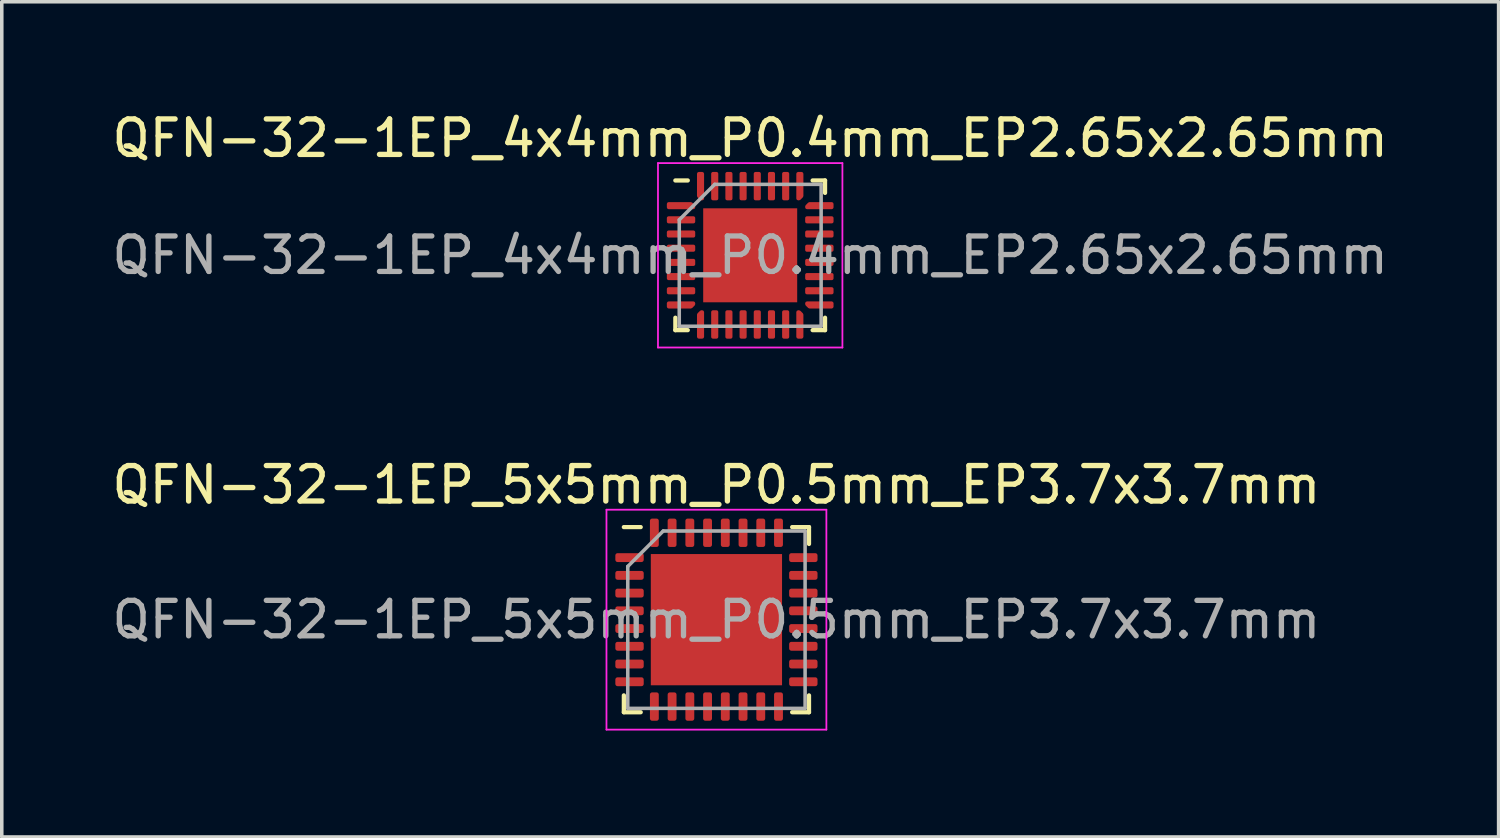
<source format=kicad_pcb>
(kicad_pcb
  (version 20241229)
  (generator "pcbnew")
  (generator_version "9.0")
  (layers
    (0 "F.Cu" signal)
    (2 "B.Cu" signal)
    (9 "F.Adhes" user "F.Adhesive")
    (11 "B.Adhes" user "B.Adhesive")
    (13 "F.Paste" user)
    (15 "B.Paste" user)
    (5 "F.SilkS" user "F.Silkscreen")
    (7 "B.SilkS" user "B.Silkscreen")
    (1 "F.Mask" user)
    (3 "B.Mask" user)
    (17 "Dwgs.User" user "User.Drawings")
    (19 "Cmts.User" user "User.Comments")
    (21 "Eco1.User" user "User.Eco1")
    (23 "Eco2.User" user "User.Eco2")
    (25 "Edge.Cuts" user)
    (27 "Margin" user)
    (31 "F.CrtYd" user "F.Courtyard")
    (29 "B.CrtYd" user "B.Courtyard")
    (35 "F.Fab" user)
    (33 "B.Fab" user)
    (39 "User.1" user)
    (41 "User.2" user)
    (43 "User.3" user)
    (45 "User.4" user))
  (footprint "QFN-32-1EP_4x4mm_P0.4mm_EP2.65x2.65mm"
    (layer "F.Cu")
    (at 18.101 4.148)
    (property "Reference" "QFN-32-1EP_4x4mm_P0.4mm_EP2.65x2.65mm" (at 0 -3.3 0) (layer "F.SilkS") (effects (font (size 1 1) (thickness 0.15))))
    (attr smd)
    (fp_line (start -2.11 2.11) (end -2.11 1.76) (stroke (width 0.12) (type solid)) (layer "F.SilkS"))
    (fp_line (start -1.76 -2.11) (end -2.11 -2.11) (stroke (width 0.12) (type solid)) (layer "F.SilkS"))
    (fp_line (start -1.76 2.11) (end -2.11 2.11) (stroke (width 0.12) (type solid)) (layer "F.SilkS"))
    (fp_line (start 1.76 -2.11) (end 2.11 -2.11) (stroke (width 0.12) (type solid)) (layer "F.SilkS"))
    (fp_line (start 1.76 2.11) (end 2.11 2.11) (stroke (width 0.12) (type solid)) (layer "F.SilkS"))
    (fp_line (start 2.11 -2.11) (end 2.11 -1.76) (stroke (width 0.12) (type solid)) (layer "F.SilkS"))
    (fp_line (start 2.11 2.11) (end 2.11 1.76) (stroke (width 0.12) (type solid)) (layer "F.SilkS"))
    (fp_line (start -2.6 -2.6) (end -2.6 2.6) (stroke (width 0.05) (type solid)) (layer "F.CrtYd"))
    (fp_line (start -2.6 2.6) (end 2.6 2.6) (stroke (width 0.05) (type solid)) (layer "F.CrtYd"))
    (fp_line (start 2.6 -2.6) (end -2.6 -2.6) (stroke (width 0.05) (type solid)) (layer "F.CrtYd"))
    (fp_line (start 2.6 2.6) (end 2.6 -2.6) (stroke (width 0.05) (type solid)) (layer "F.CrtYd"))
    (fp_line (start -2 -1) (end -1 -2) (stroke (width 0.1) (type solid)) (layer "F.Fab"))
    (fp_line (start -2 2) (end -2 -1) (stroke (width 0.1) (type solid)) (layer "F.Fab"))
    (fp_line (start -1 -2) (end 2 -2) (stroke (width 0.1) (type solid)) (layer "F.Fab"))
    (fp_line (start 2 -2) (end 2 2) (stroke (width 0.1) (type solid)) (layer "F.Fab"))
    (fp_line (start 2 2) (end -2 2) (stroke (width 0.1) (type solid)) (layer "F.Fab"))
    (fp_text user "${REFERENCE}" (at 0 0 0) (layer "F.Fab") (effects (font (size 1 1) (thickness 0.15))))
    (pad "" smd roundrect (at -0.66 -0.66) (size 1.07 1.07) (layers "F.Paste") (roundrect_rratio 0.234))
    (pad "" smd roundrect (at -0.66 0.66) (size 1.07 1.07) (layers "F.Paste") (roundrect_rratio 0.234))
    (pad "" smd roundrect (at 0.66 -0.66) (size 1.07 1.07) (layers "F.Paste") (roundrect_rratio 0.234))
    (pad "" smd roundrect (at 0.66 0.66) (size 1.07 1.07) (layers "F.Paste") (roundrect_rratio 0.234))
    (pad "1" smd custom (at -1.95 -1.4) (size 0.129 0.129) (layers "F.Cu" "F.Mask" "F.Paste") (options (anchor circle)) (primitives (gr_poly (pts (xy 0.35 0.021) (xy 0.35 0.05) (xy -0.35 0.05) (xy -0.35 -0.05) (xy 0.279 -0.05)) (width 0.1) (fill yes))))
    (pad "2" smd roundrect (at -1.95 -1) (size 0.8 0.2) (layers "F.Cu" "F.Mask" "F.Paste") (roundrect_rratio 0.25))
    (pad "3" smd roundrect (at -1.95 -0.6) (size 0.8 0.2) (layers "F.Cu" "F.Mask" "F.Paste") (roundrect_rratio 0.25))
    (pad "4" smd roundrect (at -1.95 -0.2) (size 0.8 0.2) (layers "F.Cu" "F.Mask" "F.Paste") (roundrect_rratio 0.25))
    (pad "5" smd roundrect (at -1.95 0.2) (size 0.8 0.2) (layers "F.Cu" "F.Mask" "F.Paste") (roundrect_rratio 0.25))
    (pad "6" smd roundrect (at -1.95 0.6) (size 0.8 0.2) (layers "F.Cu" "F.Mask" "F.Paste") (roundrect_rratio 0.25))
    (pad "7" smd roundrect (at -1.95 1) (size 0.8 0.2) (layers "F.Cu" "F.Mask" "F.Paste") (roundrect_rratio 0.25))
    (pad "8" smd custom (at -1.95 1.4) (size 0.129 0.129) (layers "F.Cu" "F.Mask" "F.Paste") (options (anchor circle)) (primitives (gr_poly (pts (xy 0.35 -0.021) (xy 0.279 0.05) (xy -0.35 0.05) (xy -0.35 -0.05) (xy 0.35 -0.05)) (width 0.1) (fill yes))))
    (pad "9" smd custom (at -1.4 1.95) (size 0.129 0.129) (layers "F.Cu" "F.Mask" "F.Paste") (options (anchor circle)) (primitives (gr_poly (pts (xy 0.05 0.35) (xy -0.05 0.35) (xy -0.05 -0.279) (xy 0.021 -0.35) (xy 0.05 -0.35)) (width 0.1) (fill yes))))
    (pad "10" smd roundrect (at -1 1.95) (size 0.2 0.8) (layers "F.Cu" "F.Mask" "F.Paste") (roundrect_rratio 0.25))
    (pad "11" smd roundrect (at -0.6 1.95) (size 0.2 0.8) (layers "F.Cu" "F.Mask" "F.Paste") (roundrect_rratio 0.25))
    (pad "12" smd roundrect (at -0.2 1.95) (size 0.2 0.8) (layers "F.Cu" "F.Mask" "F.Paste") (roundrect_rratio 0.25))
    (pad "13" smd roundrect (at 0.2 1.95) (size 0.2 0.8) (layers "F.Cu" "F.Mask" "F.Paste") (roundrect_rratio 0.25))
    (pad "14" smd roundrect (at 0.6 1.95) (size 0.2 0.8) (layers "F.Cu" "F.Mask" "F.Paste") (roundrect_rratio 0.25))
    (pad "15" smd roundrect (at 1 1.95) (size 0.2 0.8) (layers "F.Cu" "F.Mask" "F.Paste") (roundrect_rratio 0.25))
    (pad "16" smd custom (at 1.4 1.95) (size 0.129 0.129) (layers "F.Cu" "F.Mask" "F.Paste") (options (anchor circle)) (primitives (gr_poly (pts (xy 0.05 -0.279) (xy 0.05 0.35) (xy -0.05 0.35) (xy -0.05 -0.35) (xy -0.021 -0.35)) (width 0.1) (fill yes))))
    (pad "17" smd custom (at 1.95 1.4) (size 0.129 0.129) (layers "F.Cu" "F.Mask" "F.Paste") (options (anchor circle)) (primitives (gr_poly (pts (xy 0.35 0.05) (xy -0.279 0.05) (xy -0.35 -0.021) (xy -0.35 -0.05) (xy 0.35 -0.05)) (width 0.1) (fill yes))))
    (pad "18" smd roundrect (at 1.95 1) (size 0.8 0.2) (layers "F.Cu" "F.Mask" "F.Paste") (roundrect_rratio 0.25))
    (pad "19" smd roundrect (at 1.95 0.6) (size 0.8 0.2) (layers "F.Cu" "F.Mask" "F.Paste") (roundrect_rratio 0.25))
    (pad "20" smd roundrect (at 1.95 0.2) (size 0.8 0.2) (layers "F.Cu" "F.Mask" "F.Paste") (roundrect_rratio 0.25))
    (pad "21" smd roundrect (at 1.95 -0.2) (size 0.8 0.2) (layers "F.Cu" "F.Mask" "F.Paste") (roundrect_rratio 0.25))
    (pad "22" smd roundrect (at 1.95 -0.6) (size 0.8 0.2) (layers "F.Cu" "F.Mask" "F.Paste") (roundrect_rratio 0.25))
    (pad "23" smd roundrect (at 1.95 -1) (size 0.8 0.2) (layers "F.Cu" "F.Mask" "F.Paste") (roundrect_rratio 0.25))
    (pad "24" smd custom (at 1.95 -1.4) (size 0.129 0.129) (layers "F.Cu" "F.Mask" "F.Paste") (options (anchor circle)) (primitives (gr_poly (pts (xy 0.35 0.05) (xy -0.35 0.05) (xy -0.35 0.021) (xy -0.279 -0.05) (xy 0.35 -0.05)) (width 0.1) (fill yes))))
    (pad "25" smd custom (at 1.4 -1.95) (size 0.129 0.129) (layers "F.Cu" "F.Mask" "F.Paste") (options (anchor circle)) (primitives (gr_poly (pts (xy 0.05 0.279) (xy -0.021 0.35) (xy -0.05 0.35) (xy -0.05 -0.35) (xy 0.05 -0.35)) (width 0.1) (fill yes))))
    (pad "26" smd roundrect (at 1 -1.95) (size 0.2 0.8) (layers "F.Cu" "F.Mask" "F.Paste") (roundrect_rratio 0.25))
    (pad "27" smd roundrect (at 0.6 -1.95) (size 0.2 0.8) (layers "F.Cu" "F.Mask" "F.Paste") (roundrect_rratio 0.25))
    (pad "28" smd roundrect (at 0.2 -1.95) (size 0.2 0.8) (layers "F.Cu" "F.Mask" "F.Paste") (roundrect_rratio 0.25))
    (pad "29" smd roundrect (at -0.2 -1.95) (size 0.2 0.8) (layers "F.Cu" "F.Mask" "F.Paste") (roundrect_rratio 0.25))
    (pad "30" smd roundrect (at -0.6 -1.95) (size 0.2 0.8) (layers "F.Cu" "F.Mask" "F.Paste") (roundrect_rratio 0.25))
    (pad "31" smd roundrect (at -1 -1.95) (size 0.2 0.8) (layers "F.Cu" "F.Mask" "F.Paste") (roundrect_rratio 0.25))
    (pad "32" smd custom (at -1.4 -1.95) (size 0.129 0.129) (layers "F.Cu" "F.Mask" "F.Paste") (options (anchor circle)) (primitives (gr_poly (pts (xy 0.05 0.35) (xy 0.021 0.35) (xy -0.05 0.279) (xy -0.05 -0.35) (xy 0.05 -0.35)) (width 0.1) (fill yes))))
    (pad "33" smd rect (at 0 0) (size 2.65 2.65) (layers "F.Cu" "F.Mask")))
  (footprint "QFN-32-1EP_5x5mm_P0.5mm_EP3.7x3.7mm"
    (layer "F.Cu")
    (at 17.149 14.421)
    (property "Reference" "QFN-32-1EP_5x5mm_P0.5mm_EP3.7x3.7mm" (at 0 -3.8 0) (layer "F.SilkS") (effects (font (size 1 1) (thickness 0.15))))
    (attr smd)
    (fp_line (start -2.61 2.61) (end -2.61 2.135) (stroke (width 0.12) (type solid)) (layer "F.SilkS"))
    (fp_line (start -2.135 -2.61) (end -2.61 -2.61) (stroke (width 0.12) (type solid)) (layer "F.SilkS"))
    (fp_line (start -2.135 2.61) (end -2.61 2.61) (stroke (width 0.12) (type solid)) (layer "F.SilkS"))
    (fp_line (start 2.135 -2.61) (end 2.61 -2.61) (stroke (width 0.12) (type solid)) (layer "F.SilkS"))
    (fp_line (start 2.135 2.61) (end 2.61 2.61) (stroke (width 0.12) (type solid)) (layer "F.SilkS"))
    (fp_line (start 2.61 -2.61) (end 2.61 -2.135) (stroke (width 0.12) (type solid)) (layer "F.SilkS"))
    (fp_line (start 2.61 2.61) (end 2.61 2.135) (stroke (width 0.12) (type solid)) (layer "F.SilkS"))
    (fp_line (start -3.1 -3.1) (end -3.1 3.1) (stroke (width 0.05) (type solid)) (layer "F.CrtYd"))
    (fp_line (start -3.1 3.1) (end 3.1 3.1) (stroke (width 0.05) (type solid)) (layer "F.CrtYd"))
    (fp_line (start 3.1 -3.1) (end -3.1 -3.1) (stroke (width 0.05) (type solid)) (layer "F.CrtYd"))
    (fp_line (start 3.1 3.1) (end 3.1 -3.1) (stroke (width 0.05) (type solid)) (layer "F.CrtYd"))
    (fp_line (start -2.5 -1.5) (end -1.5 -2.5) (stroke (width 0.1) (type solid)) (layer "F.Fab"))
    (fp_line (start -2.5 2.5) (end -2.5 -1.5) (stroke (width 0.1) (type solid)) (layer "F.Fab"))
    (fp_line (start -1.5 -2.5) (end 2.5 -2.5) (stroke (width 0.1) (type solid)) (layer "F.Fab"))
    (fp_line (start 2.5 -2.5) (end 2.5 2.5) (stroke (width 0.1) (type solid)) (layer "F.Fab"))
    (fp_line (start 2.5 2.5) (end -2.5 2.5) (stroke (width 0.1) (type solid)) (layer "F.Fab"))
    (fp_text user "${REFERENCE}" (at 0 0 0) (layer "F.Fab") (effects (font (size 1 1) (thickness 0.15))))
    (pad "" smd roundrect (at -0.925 -0.925) (size 1.49 1.49) (layers "F.Paste") (roundrect_rratio 0.168))
    (pad "" smd roundrect (at -0.925 0.925) (size 1.49 1.49) (layers "F.Paste") (roundrect_rratio 0.168))
    (pad "" smd roundrect (at 0.925 -0.925) (size 1.49 1.49) (layers "F.Paste") (roundrect_rratio 0.168))
    (pad "" smd roundrect (at 0.925 0.925) (size 1.49 1.49) (layers "F.Paste") (roundrect_rratio 0.168))
    (pad "1" smd roundrect (at -2.45 -1.75) (size 0.8 0.25) (layers "F.Cu" "F.Mask" "F.Paste") (roundrect_rratio 0.25))
    (pad "2" smd roundrect (at -2.45 -1.25) (size 0.8 0.25) (layers "F.Cu" "F.Mask" "F.Paste") (roundrect_rratio 0.25))
    (pad "3" smd roundrect (at -2.45 -0.75) (size 0.8 0.25) (layers "F.Cu" "F.Mask" "F.Paste") (roundrect_rratio 0.25))
    (pad "4" smd roundrect (at -2.45 -0.25) (size 0.8 0.25) (layers "F.Cu" "F.Mask" "F.Paste") (roundrect_rratio 0.25))
    (pad "5" smd roundrect (at -2.45 0.25) (size 0.8 0.25) (layers "F.Cu" "F.Mask" "F.Paste") (roundrect_rratio 0.25))
    (pad "6" smd roundrect (at -2.45 0.75) (size 0.8 0.25) (layers "F.Cu" "F.Mask" "F.Paste") (roundrect_rratio 0.25))
    (pad "7" smd roundrect (at -2.45 1.25) (size 0.8 0.25) (layers "F.Cu" "F.Mask" "F.Paste") (roundrect_rratio 0.25))
    (pad "8" smd roundrect (at -2.45 1.75) (size 0.8 0.25) (layers "F.Cu" "F.Mask" "F.Paste") (roundrect_rratio 0.25))
    (pad "9" smd roundrect (at -1.75 2.45) (size 0.25 0.8) (layers "F.Cu" "F.Mask" "F.Paste") (roundrect_rratio 0.25))
    (pad "10" smd roundrect (at -1.25 2.45) (size 0.25 0.8) (layers "F.Cu" "F.Mask" "F.Paste") (roundrect_rratio 0.25))
    (pad "11" smd roundrect (at -0.75 2.45) (size 0.25 0.8) (layers "F.Cu" "F.Mask" "F.Paste") (roundrect_rratio 0.25))
    (pad "12" smd roundrect (at -0.25 2.45) (size 0.25 0.8) (layers "F.Cu" "F.Mask" "F.Paste") (roundrect_rratio 0.25))
    (pad "13" smd roundrect (at 0.25 2.45) (size 0.25 0.8) (layers "F.Cu" "F.Mask" "F.Paste") (roundrect_rratio 0.25))
    (pad "14" smd roundrect (at 0.75 2.45) (size 0.25 0.8) (layers "F.Cu" "F.Mask" "F.Paste") (roundrect_rratio 0.25))
    (pad "15" smd roundrect (at 1.25 2.45) (size 0.25 0.8) (layers "F.Cu" "F.Mask" "F.Paste") (roundrect_rratio 0.25))
    (pad "16" smd roundrect (at 1.75 2.45) (size 0.25 0.8) (layers "F.Cu" "F.Mask" "F.Paste") (roundrect_rratio 0.25))
    (pad "17" smd roundrect (at 2.45 1.75) (size 0.8 0.25) (layers "F.Cu" "F.Mask" "F.Paste") (roundrect_rratio 0.25))
    (pad "18" smd roundrect (at 2.45 1.25) (size 0.8 0.25) (layers "F.Cu" "F.Mask" "F.Paste") (roundrect_rratio 0.25))
    (pad "19" smd roundrect (at 2.45 0.75) (size 0.8 0.25) (layers "F.Cu" "F.Mask" "F.Paste") (roundrect_rratio 0.25))
    (pad "20" smd roundrect (at 2.45 0.25) (size 0.8 0.25) (layers "F.Cu" "F.Mask" "F.Paste") (roundrect_rratio 0.25))
    (pad "21" smd roundrect (at 2.45 -0.25) (size 0.8 0.25) (layers "F.Cu" "F.Mask" "F.Paste") (roundrect_rratio 0.25))
    (pad "22" smd roundrect (at 2.45 -0.75) (size 0.8 0.25) (layers "F.Cu" "F.Mask" "F.Paste") (roundrect_rratio 0.25))
    (pad "23" smd roundrect (at 2.45 -1.25) (size 0.8 0.25) (layers "F.Cu" "F.Mask" "F.Paste") (roundrect_rratio 0.25))
    (pad "24" smd roundrect (at 2.45 -1.75) (size 0.8 0.25) (layers "F.Cu" "F.Mask" "F.Paste") (roundrect_rratio 0.25))
    (pad "25" smd roundrect (at 1.75 -2.45) (size 0.25 0.8) (layers "F.Cu" "F.Mask" "F.Paste") (roundrect_rratio 0.25))
    (pad "26" smd roundrect (at 1.25 -2.45) (size 0.25 0.8) (layers "F.Cu" "F.Mask" "F.Paste") (roundrect_rratio 0.25))
    (pad "27" smd roundrect (at 0.75 -2.45) (size 0.25 0.8) (layers "F.Cu" "F.Mask" "F.Paste") (roundrect_rratio 0.25))
    (pad "28" smd roundrect (at 0.25 -2.45) (size 0.25 0.8) (layers "F.Cu" "F.Mask" "F.Paste") (roundrect_rratio 0.25))
    (pad "29" smd roundrect (at -0.25 -2.45) (size 0.25 0.8) (layers "F.Cu" "F.Mask" "F.Paste") (roundrect_rratio 0.25))
    (pad "30" smd roundrect (at -0.75 -2.45) (size 0.25 0.8) (layers "F.Cu" "F.Mask" "F.Paste") (roundrect_rratio 0.25))
    (pad "31" smd roundrect (at -1.25 -2.45) (size 0.25 0.8) (layers "F.Cu" "F.Mask" "F.Paste") (roundrect_rratio 0.25))
    (pad "32" smd roundrect (at -1.75 -2.45) (size 0.25 0.8) (layers "F.Cu" "F.Mask" "F.Paste") (roundrect_rratio 0.25))
    (pad "33" smd rect (at 0 0) (size 3.7 3.7) (layers "F.Cu" "F.Mask")))
  (gr_rect
    (start -3 -3)
    (end 39.202 20.547)
    (stroke (width 0.1) (type default))
    (fill no)
    (layer "Edge.Cuts")))
</source>
